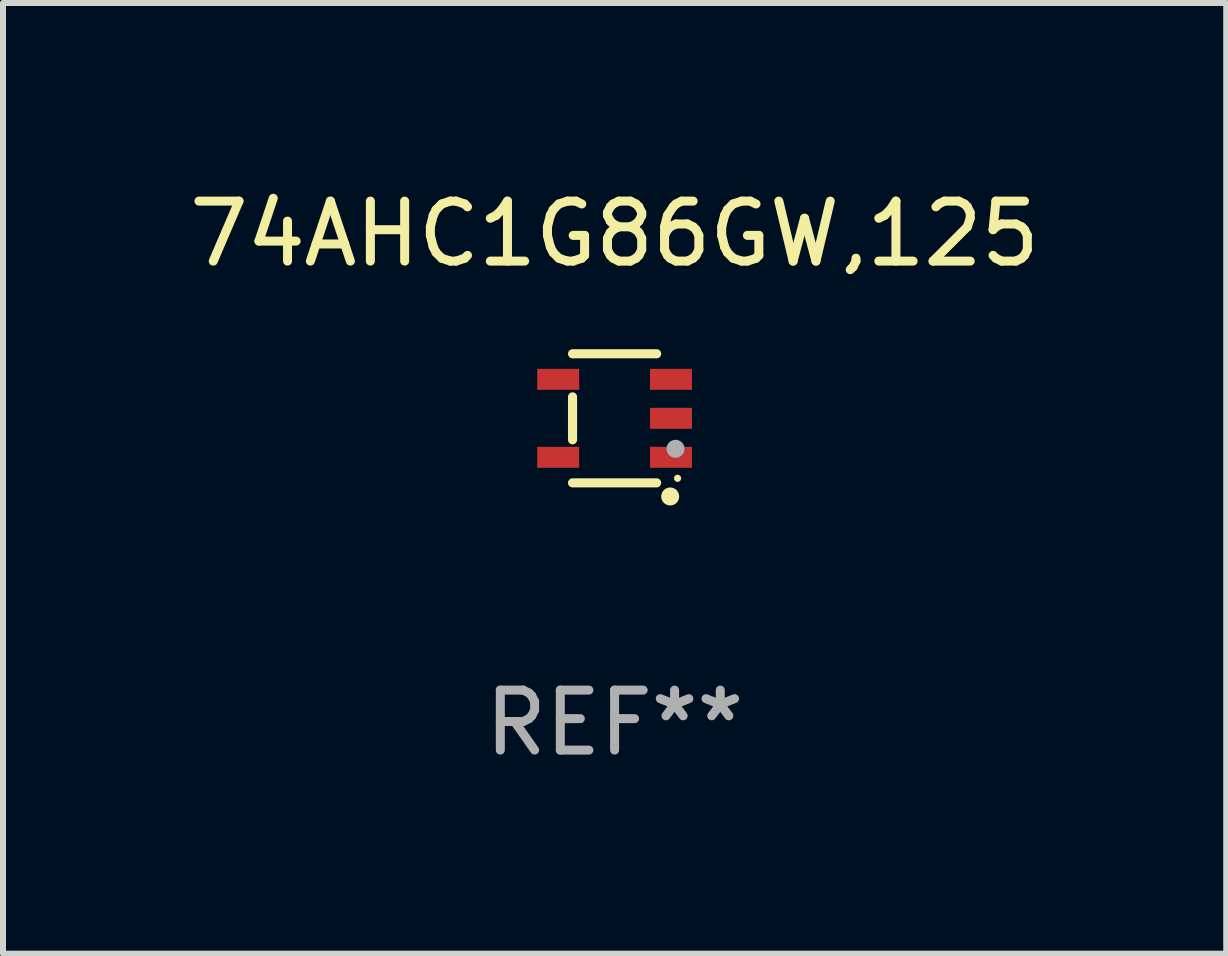
<source format=kicad_pcb>
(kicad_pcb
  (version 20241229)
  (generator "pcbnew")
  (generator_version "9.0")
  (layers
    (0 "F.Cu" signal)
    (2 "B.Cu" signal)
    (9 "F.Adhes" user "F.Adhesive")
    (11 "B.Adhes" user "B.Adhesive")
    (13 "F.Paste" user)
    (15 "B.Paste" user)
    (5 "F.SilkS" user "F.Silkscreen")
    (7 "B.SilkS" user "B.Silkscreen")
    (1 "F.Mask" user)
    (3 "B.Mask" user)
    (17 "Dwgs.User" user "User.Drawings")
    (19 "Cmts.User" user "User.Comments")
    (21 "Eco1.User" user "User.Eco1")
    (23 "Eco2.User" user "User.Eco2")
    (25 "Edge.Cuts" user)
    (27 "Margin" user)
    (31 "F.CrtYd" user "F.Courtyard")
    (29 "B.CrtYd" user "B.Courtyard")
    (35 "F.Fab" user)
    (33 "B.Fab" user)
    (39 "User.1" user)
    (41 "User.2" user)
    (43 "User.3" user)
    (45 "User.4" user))
  (footprint "74AHC1G86GW,125"
    (layer "F.Cu")
    (at 7.196 3.924)
    (property "Reference" "74AHC1G86GW,125" (at 0 -3.076 0) (layer "F.SilkS") (effects (font (size 1 1) (thickness 0.15))))
    (attr through_hole)
    (fp_line (start -0.701 0.358) (end -0.701 -0.358) (stroke (width 0.152) (type solid)) (layer "F.SilkS"))
    (fp_line (start 0.701 -1.076) (end -0.701 -1.076) (stroke (width 0.152) (type solid)) (layer "F.SilkS"))
    (fp_line (start 0.701 1.076) (end -0.701 1.076) (stroke (width 0.152) (type solid)) (layer "F.SilkS"))
    (fp_circle (center 0.927 1.303) (end 1.002 1.303) (stroke (width 0.15) (type solid)) (fill no) (layer "F.SilkS"))
    (fp_circle (center 1.05 1) (end 1.08 1) (stroke (width 0.06) (type solid)) (fill no) (layer "F.SilkS"))
    (fp_circle (center 1.016 0.508) (end 1.091 0.508) (stroke (width 0.15) (type solid)) (fill no) (layer "F.Fab"))
    (fp_text user "REF**" (at 0 5.076 0) (layer "F.Fab") (effects (font (size 1 1) (thickness 0.15))))
    (pad "1" smd rect (at 0.94 0.65 90) (size 0.35 0.7) (layers "F.Cu" "F.Mask" "F.Paste"))
    (pad "2" smd rect (at 0.94 0 90) (size 0.35 0.7) (layers "F.Cu" "F.Mask" "F.Paste"))
    (pad "3" smd rect (at 0.94 -0.65 90) (size 0.35 0.7) (layers "F.Cu" "F.Mask" "F.Paste"))
    (pad "4" smd rect (at -0.94 -0.65 90) (size 0.35 0.7) (layers "F.Cu" "F.Mask" "F.Paste"))
    (pad "5" smd rect (at -0.94 0.65 90) (size 0.35 0.7) (layers "F.Cu" "F.Mask" "F.Paste")))
  (gr_rect
    (start -3 -3)
    (end 17.393 12.849)
    (stroke (width 0.1) (type default))
    (fill no)
    (layer "Edge.Cuts")))
</source>
